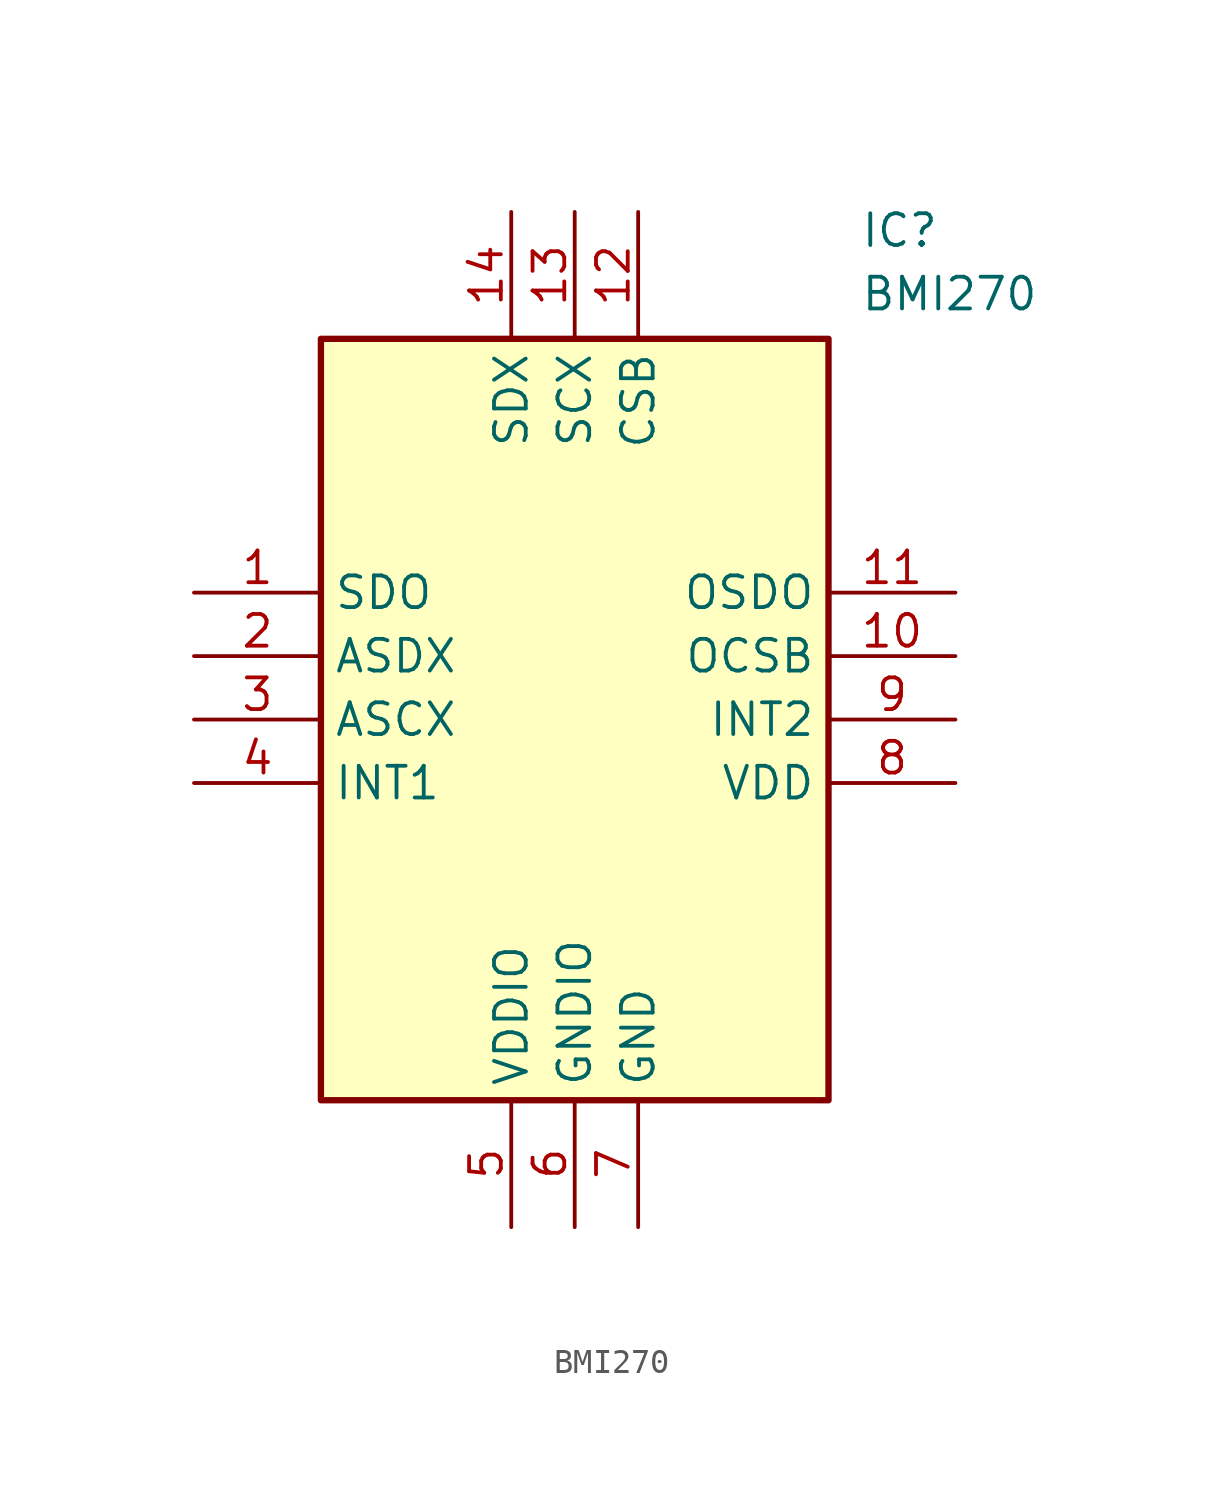
<source format=kicad_sym>
(kicad_symbol_lib
  (version 20211014)
  (generator SamacSys_ECAD_Model)
  (symbol "BMI270"
    (property "Reference" "IC"
      (at 26.67 15.24 0)
      (effects (font (size 1.27 1.27)) (justify left top)))
    (property "Value" "BMI270"
      (at 26.67 12.7 0)
      (effects (font (size 1.27 1.27)) (justify left top)))
    (rectangle
      (start 5.08 10.16)
      (end 25.4 -20.32)
      (stroke (width 0.254) (type default))
      (fill (type background)))
    (pin passive line
      (at 0 0 0)
      (length 5.08)
      (name "SDO" (effects (font (size 1.27 1.27))))
      (number "1" (effects (font (size 1.27 1.27)))))
    (pin passive line
      (at 0 -2.54 0)
      (length 5.08)
      (name "ASDX" (effects (font (size 1.27 1.27))))
      (number "2" (effects (font (size 1.27 1.27)))))
    (pin passive line
      (at 0 -5.08 0)
      (length 5.08)
      (name "ASCX" (effects (font (size 1.27 1.27))))
      (number "3" (effects (font (size 1.27 1.27)))))
    (pin passive line
      (at 0 -7.62 0)
      (length 5.08)
      (name "INT1" (effects (font (size 1.27 1.27))))
      (number "4" (effects (font (size 1.27 1.27)))))
    (pin passive line
      (at 12.7 -25.4 90)
      (length 5.08)
      (name "VDDIO" (effects (font (size 1.27 1.27))))
      (number "5" (effects (font (size 1.27 1.27)))))
    (pin passive line
      (at 15.24 -25.4 90)
      (length 5.08)
      (name "GNDIO" (effects (font (size 1.27 1.27))))
      (number "6" (effects (font (size 1.27 1.27)))))
    (pin passive line
      (at 17.78 -25.4 90)
      (length 5.08)
      (name "GND" (effects (font (size 1.27 1.27))))
      (number "7" (effects (font (size 1.27 1.27)))))
    (pin passive line
      (at 30.48 0 180)
      (length 5.08)
      (name "OSDO" (effects (font (size 1.27 1.27))))
      (number "11" (effects (font (size 1.27 1.27)))))
    (pin passive line
      (at 30.48 -2.54 180)
      (length 5.08)
      (name "OCSB" (effects (font (size 1.27 1.27))))
      (number "10" (effects (font (size 1.27 1.27)))))
    (pin passive line
      (at 30.48 -5.08 180)
      (length 5.08)
      (name "INT2" (effects (font (size 1.27 1.27))))
      (number "9" (effects (font (size 1.27 1.27)))))
    (pin passive line
      (at 30.48 -7.62 180)
      (length 5.08)
      (name "VDD" (effects (font (size 1.27 1.27))))
      (number "8" (effects (font (size 1.27 1.27)))))
    (pin passive line
      (at 12.7 15.24 270)
      (length 5.08)
      (name "SDX" (effects (font (size 1.27 1.27))))
      (number "14" (effects (font (size 1.27 1.27)))))
    (pin passive line
      (at 15.24 15.24 270)
      (length 5.08)
      (name "SCX" (effects (font (size 1.27 1.27))))
      (number "13" (effects (font (size 1.27 1.27)))))
    (pin passive line
      (at 17.78 15.24 270)
      (length 5.08)
      (name "CSB" (effects (font (size 1.27 1.27))))
      (number "12" (effects (font (size 1.27 1.27)))))))
</source>
